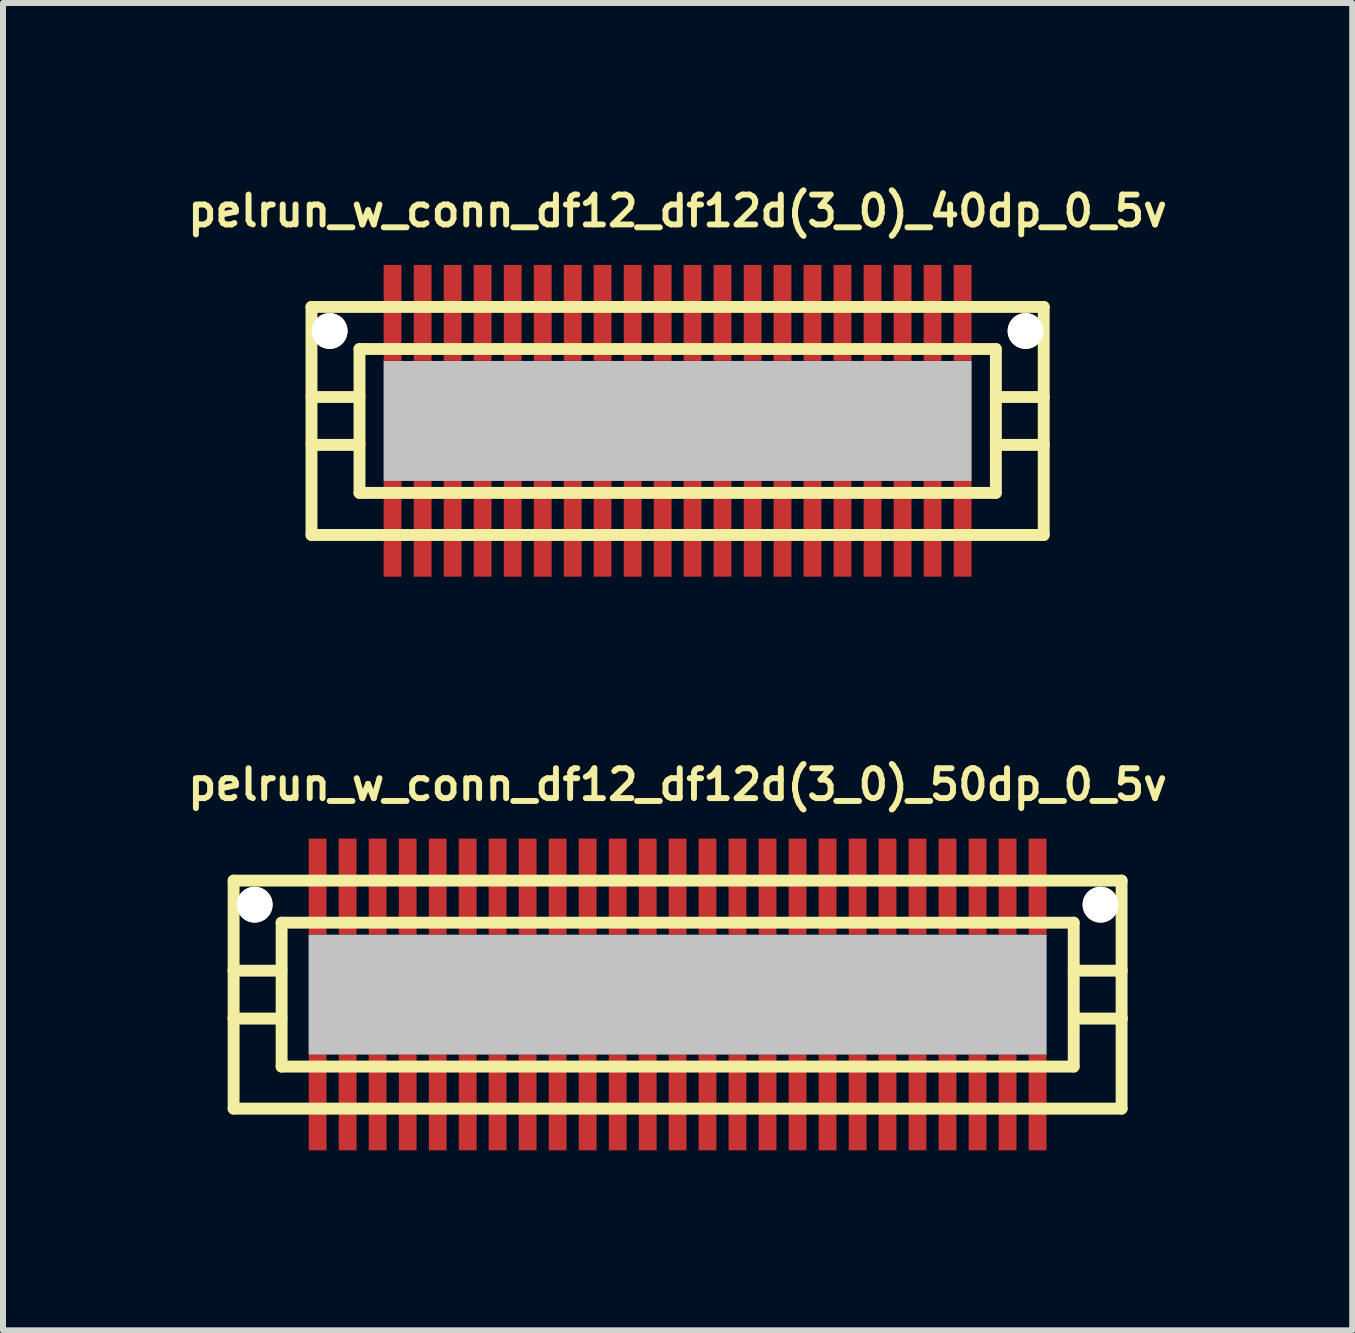
<source format=kicad_pcb>
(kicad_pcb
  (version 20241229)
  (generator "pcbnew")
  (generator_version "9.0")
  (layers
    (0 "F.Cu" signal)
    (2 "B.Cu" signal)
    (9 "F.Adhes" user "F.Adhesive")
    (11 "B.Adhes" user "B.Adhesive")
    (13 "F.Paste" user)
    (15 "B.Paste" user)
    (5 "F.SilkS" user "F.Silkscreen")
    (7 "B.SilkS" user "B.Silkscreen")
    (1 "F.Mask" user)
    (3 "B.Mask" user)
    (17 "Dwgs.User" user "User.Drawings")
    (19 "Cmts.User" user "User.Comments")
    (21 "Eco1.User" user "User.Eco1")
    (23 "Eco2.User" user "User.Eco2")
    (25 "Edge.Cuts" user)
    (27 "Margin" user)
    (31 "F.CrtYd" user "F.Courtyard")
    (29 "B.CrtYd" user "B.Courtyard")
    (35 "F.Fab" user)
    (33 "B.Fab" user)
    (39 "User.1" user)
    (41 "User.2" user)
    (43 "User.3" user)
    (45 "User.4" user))
  (footprint "pelrun_w_conn_df12_df12d(3_0)_40dp_0_5v"
    (layer "F.Cu")
    (at 8.242 3.965)
    (property "Reference" "pelrun_w_conn_df12_df12d(3_0)_40dp_0_5v" (at 0 -3.5 0) (layer "F.SilkS") (effects (font (size 0.498 0.498) (thickness 0.099))))
    (attr through_hole)
    (fp_line (start -6.101 -1.9) (end -6.101 1.9) (stroke (width 0.198) (type solid)) (layer "F.SilkS"))
    (fp_line (start -6.101 1.9) (end 6.101 1.9) (stroke (width 0.198) (type solid)) (layer "F.SilkS"))
    (fp_line (start -5.301 -1.199) (end 5.301 -1.199) (stroke (width 0.198) (type solid)) (layer "F.SilkS"))
    (fp_line (start -5.301 -0.399) (end -6.101 -0.399) (stroke (width 0.198) (type solid)) (layer "F.SilkS"))
    (fp_line (start -5.301 0.399) (end -6.101 0.399) (stroke (width 0.198) (type solid)) (layer "F.SilkS"))
    (fp_line (start -5.301 1.199) (end -5.301 -1.199) (stroke (width 0.198) (type solid)) (layer "F.SilkS"))
    (fp_line (start 5.301 1.199) (end -5.301 1.199) (stroke (width 0.198) (type solid)) (layer "F.SilkS"))
    (fp_line (start 5.304 -1.199) (end 5.304 1.199) (stroke (width 0.198) (type solid)) (layer "F.SilkS"))
    (fp_line (start 5.304 -0.399) (end 6.104 -0.399) (stroke (width 0.198) (type solid)) (layer "F.SilkS"))
    (fp_line (start 6.101 -1.9) (end -6.101 -1.9) (stroke (width 0.198) (type solid)) (layer "F.SilkS"))
    (fp_line (start 6.101 1.9) (end 6.101 -1.9) (stroke (width 0.198) (type solid)) (layer "F.SilkS"))
    (fp_line (start 6.104 0.399) (end 5.304 0.399) (stroke (width 0.198) (type solid)) (layer "F.SilkS"))
    (pad "" np_thru_hole circle (at -5.799 -1.499) (size 0.597 0.597) (drill 0.597) (layers "*.Cu" "*.Mask" "F.SilkS"))
    (pad "" smd rect (at 0 0) (size 9.799 1.999) (layers "Dwgs.User"))
    (pad "" np_thru_hole circle (at 5.799 -1.499) (size 0.597 0.597) (drill 0.597) (layers "*.Cu" "*.Mask" "F.SilkS"))
    (pad "1" smd rect (at 4.75 1.796) (size 0.297 1.598) (layers "F.Cu" "F.Mask" "F.Paste"))
    (pad "2" smd rect (at 4.249 1.796) (size 0.297 1.598) (layers "F.Cu" "F.Mask" "F.Paste"))
    (pad "3" smd rect (at 3.749 1.796) (size 0.297 1.598) (layers "F.Cu" "F.Mask" "F.Paste"))
    (pad "4" smd rect (at 3.249 1.796) (size 0.297 1.598) (layers "F.Cu" "F.Mask" "F.Paste"))
    (pad "5" smd rect (at 2.748 1.796) (size 0.297 1.598) (layers "F.Cu" "F.Mask" "F.Paste"))
    (pad "6" smd rect (at 2.248 1.796) (size 0.297 1.598) (layers "F.Cu" "F.Mask" "F.Paste"))
    (pad "7" smd rect (at 1.748 1.796) (size 0.297 1.598) (layers "F.Cu" "F.Mask" "F.Paste"))
    (pad "8" smd rect (at 1.25 1.796) (size 0.297 1.598) (layers "F.Cu" "F.Mask" "F.Paste"))
    (pad "9" smd rect (at 0.749 1.796) (size 0.297 1.598) (layers "F.Cu" "F.Mask" "F.Paste"))
    (pad "10" smd rect (at 0.249 1.796) (size 0.297 1.598) (layers "F.Cu" "F.Mask" "F.Paste"))
    (pad "11" smd rect (at -0.249 1.796) (size 0.297 1.598) (layers "F.Cu" "F.Mask" "F.Paste"))
    (pad "12" smd rect (at -0.749 1.796) (size 0.297 1.598) (layers "F.Cu" "F.Mask" "F.Paste"))
    (pad "13" smd rect (at -1.25 1.796) (size 0.297 1.598) (layers "F.Cu" "F.Mask" "F.Paste"))
    (pad "14" smd rect (at -1.748 1.796) (size 0.297 1.598) (layers "F.Cu" "F.Mask" "F.Paste"))
    (pad "15" smd rect (at -2.248 1.796) (size 0.297 1.598) (layers "F.Cu" "F.Mask" "F.Paste"))
    (pad "16" smd rect (at -2.748 1.796) (size 0.297 1.598) (layers "F.Cu" "F.Mask" "F.Paste"))
    (pad "17" smd rect (at -3.249 1.796) (size 0.297 1.598) (layers "F.Cu" "F.Mask" "F.Paste"))
    (pad "18" smd rect (at -3.749 1.796) (size 0.297 1.598) (layers "F.Cu" "F.Mask" "F.Paste"))
    (pad "19" smd rect (at -4.249 1.796) (size 0.297 1.598) (layers "F.Cu" "F.Mask" "F.Paste"))
    (pad "20" smd rect (at -4.75 1.796) (size 0.297 1.598) (layers "F.Cu" "F.Mask" "F.Paste"))
    (pad "21" smd rect (at -4.75 -1.801) (size 0.297 1.598) (layers "F.Cu" "F.Mask" "F.Paste"))
    (pad "22" smd rect (at -4.249 -1.801) (size 0.297 1.598) (layers "F.Cu" "F.Mask" "F.Paste"))
    (pad "23" smd rect (at -3.749 -1.801) (size 0.297 1.598) (layers "F.Cu" "F.Mask" "F.Paste"))
    (pad "24" smd rect (at -3.249 -1.801) (size 0.297 1.598) (layers "F.Cu" "F.Mask" "F.Paste"))
    (pad "25" smd rect (at -2.748 -1.801) (size 0.297 1.598) (layers "F.Cu" "F.Mask" "F.Paste"))
    (pad "26" smd rect (at -2.248 -1.801) (size 0.297 1.598) (layers "F.Cu" "F.Mask" "F.Paste"))
    (pad "27" smd rect (at -1.748 -1.801) (size 0.297 1.598) (layers "F.Cu" "F.Mask" "F.Paste"))
    (pad "28" smd rect (at -1.25 -1.801) (size 0.297 1.598) (layers "F.Cu" "F.Mask" "F.Paste"))
    (pad "29" smd rect (at -0.749 -1.801) (size 0.297 1.598) (layers "F.Cu" "F.Mask" "F.Paste"))
    (pad "30" smd rect (at -0.249 -1.801) (size 0.297 1.598) (layers "F.Cu" "F.Mask" "F.Paste"))
    (pad "31" smd rect (at 0.249 -1.801) (size 0.297 1.598) (layers "F.Cu" "F.Mask" "F.Paste"))
    (pad "32" smd rect (at 0.749 -1.801) (size 0.297 1.598) (layers "F.Cu" "F.Mask" "F.Paste"))
    (pad "33" smd rect (at 1.25 -1.801) (size 0.297 1.598) (layers "F.Cu" "F.Mask" "F.Paste"))
    (pad "34" smd rect (at 1.748 -1.801) (size 0.297 1.598) (layers "F.Cu" "F.Mask" "F.Paste"))
    (pad "35" smd rect (at 2.248 -1.801) (size 0.297 1.598) (layers "F.Cu" "F.Mask" "F.Paste"))
    (pad "36" smd rect (at 2.748 -1.801) (size 0.297 1.598) (layers "F.Cu" "F.Mask" "F.Paste"))
    (pad "37" smd rect (at 3.249 -1.801) (size 0.297 1.598) (layers "F.Cu" "F.Mask" "F.Paste"))
    (pad "38" smd rect (at 3.749 -1.801) (size 0.297 1.598) (layers "F.Cu" "F.Mask" "F.Paste"))
    (pad "39" smd rect (at 4.249 -1.801) (size 0.297 1.598) (layers "F.Cu" "F.Mask" "F.Paste"))
    (pad "40" smd rect (at 4.75 -1.801) (size 0.297 1.598) (layers "F.Cu" "F.Mask" "F.Paste")))
  (footprint "pelrun_w_conn_df12_df12d(3_0)_50dp_0_5v"
    (layer "F.Cu")
    (at 8.242 13.525)
    (property "Reference" "pelrun_w_conn_df12_df12d(3_0)_50dp_0_5v" (at 0 -3.5 0) (layer "F.SilkS") (effects (font (size 0.498 0.498) (thickness 0.099))))
    (attr through_hole)
    (fp_line (start -7.399 -1.9) (end -7.399 1.9) (stroke (width 0.198) (type solid)) (layer "F.SilkS"))
    (fp_line (start -7.399 1.9) (end 7.399 1.9) (stroke (width 0.198) (type solid)) (layer "F.SilkS"))
    (fp_line (start -6.601 -0.399) (end -7.402 -0.399) (stroke (width 0.198) (type solid)) (layer "F.SilkS"))
    (fp_line (start -6.601 0.399) (end -7.402 0.399) (stroke (width 0.198) (type solid)) (layer "F.SilkS"))
    (fp_line (start -6.599 -1.199) (end 6.599 -1.199) (stroke (width 0.198) (type solid)) (layer "F.SilkS"))
    (fp_line (start -6.599 1.199) (end -6.599 -1.199) (stroke (width 0.198) (type solid)) (layer "F.SilkS"))
    (fp_line (start 6.599 1.199) (end -6.599 1.199) (stroke (width 0.198) (type solid)) (layer "F.SilkS"))
    (fp_line (start 6.601 -1.199) (end 6.601 1.199) (stroke (width 0.198) (type solid)) (layer "F.SilkS"))
    (fp_line (start 6.601 -0.399) (end 7.402 -0.399) (stroke (width 0.198) (type solid)) (layer "F.SilkS"))
    (fp_line (start 7.399 -1.9) (end -7.399 -1.9) (stroke (width 0.198) (type solid)) (layer "F.SilkS"))
    (fp_line (start 7.399 1.9) (end 7.399 -1.9) (stroke (width 0.198) (type solid)) (layer "F.SilkS"))
    (fp_line (start 7.404 0.399) (end 6.604 0.399) (stroke (width 0.198) (type solid)) (layer "F.SilkS"))
    (pad "" np_thru_hole circle (at -7.048 -1.499) (size 0.597 0.597) (drill 0.597) (layers "*.Cu" "*.Mask" "F.SilkS"))
    (pad "" smd rect (at 0 0) (size 12.299 1.999) (layers "Dwgs.User"))
    (pad "" np_thru_hole circle (at 7.048 -1.499) (size 0.597 0.597) (drill 0.597) (layers "*.Cu" "*.Mask" "F.SilkS"))
    (pad "1" smd rect (at 5.999 1.796) (size 0.297 1.598) (layers "F.Cu" "F.Mask" "F.Paste"))
    (pad "2" smd rect (at 5.499 1.796) (size 0.297 1.598) (layers "F.Cu" "F.Mask" "F.Paste"))
    (pad "3" smd rect (at 4.999 1.796) (size 0.297 1.598) (layers "F.Cu" "F.Mask" "F.Paste"))
    (pad "4" smd rect (at 4.498 1.796) (size 0.297 1.598) (layers "F.Cu" "F.Mask" "F.Paste"))
    (pad "5" smd rect (at 3.998 1.796) (size 0.297 1.598) (layers "F.Cu" "F.Mask" "F.Paste"))
    (pad "6" smd rect (at 3.498 1.796) (size 0.297 1.598) (layers "F.Cu" "F.Mask" "F.Paste"))
    (pad "7" smd rect (at 3 1.796) (size 0.297 1.598) (layers "F.Cu" "F.Mask" "F.Paste"))
    (pad "8" smd rect (at 2.499 1.796) (size 0.297 1.598) (layers "F.Cu" "F.Mask" "F.Paste"))
    (pad "9" smd rect (at 1.999 1.796) (size 0.297 1.598) (layers "F.Cu" "F.Mask" "F.Paste"))
    (pad "10" smd rect (at 1.499 1.796) (size 0.297 1.598) (layers "F.Cu" "F.Mask" "F.Paste"))
    (pad "11" smd rect (at 0.998 1.796) (size 0.297 1.598) (layers "F.Cu" "F.Mask" "F.Paste"))
    (pad "12" smd rect (at 0.498 1.796) (size 0.297 1.598) (layers "F.Cu" "F.Mask" "F.Paste"))
    (pad "13" smd rect (at 0 1.796) (size 0.297 1.598) (layers "F.Cu" "F.Mask" "F.Paste"))
    (pad "14" smd rect (at -0.498 1.796) (size 0.297 1.598) (layers "F.Cu" "F.Mask" "F.Paste"))
    (pad "15" smd rect (at -0.998 1.796) (size 0.297 1.598) (layers "F.Cu" "F.Mask" "F.Paste"))
    (pad "16" smd rect (at -1.499 1.796) (size 0.297 1.598) (layers "F.Cu" "F.Mask" "F.Paste"))
    (pad "17" smd rect (at -1.999 1.796) (size 0.297 1.598) (layers "F.Cu" "F.Mask" "F.Paste"))
    (pad "18" smd rect (at -2.499 1.796) (size 0.297 1.598) (layers "F.Cu" "F.Mask" "F.Paste"))
    (pad "19" smd rect (at -3 1.796) (size 0.297 1.598) (layers "F.Cu" "F.Mask" "F.Paste"))
    (pad "20" smd rect (at -3.498 1.796) (size 0.297 1.598) (layers "F.Cu" "F.Mask" "F.Paste"))
    (pad "21" smd rect (at -3.998 1.796) (size 0.297 1.598) (layers "F.Cu" "F.Mask" "F.Paste"))
    (pad "22" smd rect (at -4.498 1.796) (size 0.297 1.598) (layers "F.Cu" "F.Mask" "F.Paste"))
    (pad "23" smd rect (at -4.999 1.796) (size 0.297 1.598) (layers "F.Cu" "F.Mask" "F.Paste"))
    (pad "24" smd rect (at -5.499 1.796) (size 0.297 1.598) (layers "F.Cu" "F.Mask" "F.Paste"))
    (pad "25" smd rect (at -5.999 1.796) (size 0.297 1.598) (layers "F.Cu" "F.Mask" "F.Paste"))
    (pad "26" smd rect (at -5.999 -1.801) (size 0.297 1.598) (layers "F.Cu" "F.Mask" "F.Paste"))
    (pad "27" smd rect (at -5.499 -1.801) (size 0.297 1.598) (layers "F.Cu" "F.Mask" "F.Paste"))
    (pad "28" smd rect (at -4.999 -1.801) (size 0.297 1.598) (layers "F.Cu" "F.Mask" "F.Paste"))
    (pad "29" smd rect (at -4.498 -1.801) (size 0.297 1.598) (layers "F.Cu" "F.Mask" "F.Paste"))
    (pad "30" smd rect (at -3.998 -1.801) (size 0.297 1.598) (layers "F.Cu" "F.Mask" "F.Paste"))
    (pad "31" smd rect (at -3.498 -1.801) (size 0.297 1.598) (layers "F.Cu" "F.Mask" "F.Paste"))
    (pad "32" smd rect (at -3 -1.801) (size 0.297 1.598) (layers "F.Cu" "F.Mask" "F.Paste"))
    (pad "33" smd rect (at -2.499 -1.801) (size 0.297 1.598) (layers "F.Cu" "F.Mask" "F.Paste"))
    (pad "34" smd rect (at -1.999 -1.801) (size 0.297 1.598) (layers "F.Cu" "F.Mask" "F.Paste"))
    (pad "35" smd rect (at -1.499 -1.801) (size 0.297 1.598) (layers "F.Cu" "F.Mask" "F.Paste"))
    (pad "36" smd rect (at -0.998 -1.801) (size 0.297 1.598) (layers "F.Cu" "F.Mask" "F.Paste"))
    (pad "37" smd rect (at -0.498 -1.801) (size 0.297 1.598) (layers "F.Cu" "F.Mask" "F.Paste"))
    (pad "38" smd rect (at 0 -1.801) (size 0.297 1.598) (layers "F.Cu" "F.Mask" "F.Paste"))
    (pad "39" smd rect (at 0.498 -1.801) (size 0.297 1.598) (layers "F.Cu" "F.Mask" "F.Paste"))
    (pad "40" smd rect (at 0.998 -1.801) (size 0.297 1.598) (layers "F.Cu" "F.Mask" "F.Paste"))
    (pad "41" smd rect (at 1.499 -1.801) (size 0.297 1.598) (layers "F.Cu" "F.Mask" "F.Paste"))
    (pad "42" smd rect (at 1.999 -1.801) (size 0.297 1.598) (layers "F.Cu" "F.Mask" "F.Paste"))
    (pad "43" smd rect (at 2.499 -1.801) (size 0.297 1.598) (layers "F.Cu" "F.Mask" "F.Paste"))
    (pad "44" smd rect (at 3 -1.801) (size 0.297 1.598) (layers "F.Cu" "F.Mask" "F.Paste"))
    (pad "45" smd rect (at 3.498 -1.801) (size 0.297 1.598) (layers "F.Cu" "F.Mask" "F.Paste"))
    (pad "46" smd rect (at 3.998 -1.801) (size 0.297 1.598) (layers "F.Cu" "F.Mask" "F.Paste"))
    (pad "47" smd rect (at 4.498 -1.801) (size 0.297 1.598) (layers "F.Cu" "F.Mask" "F.Paste"))
    (pad "48" smd rect (at 4.999 -1.801) (size 0.297 1.598) (layers "F.Cu" "F.Mask" "F.Paste"))
    (pad "49" smd rect (at 5.499 -1.801) (size 0.297 1.598) (layers "F.Cu" "F.Mask" "F.Paste"))
    (pad "50" smd rect (at 5.999 -1.801) (size 0.297 1.598) (layers "F.Cu" "F.Mask" "F.Paste")))
  (gr_rect
    (start -3 -3)
    (end 19.484 19.12)
    (stroke (width 0.1) (type default))
    (fill no)
    (layer "Edge.Cuts")))
</source>
